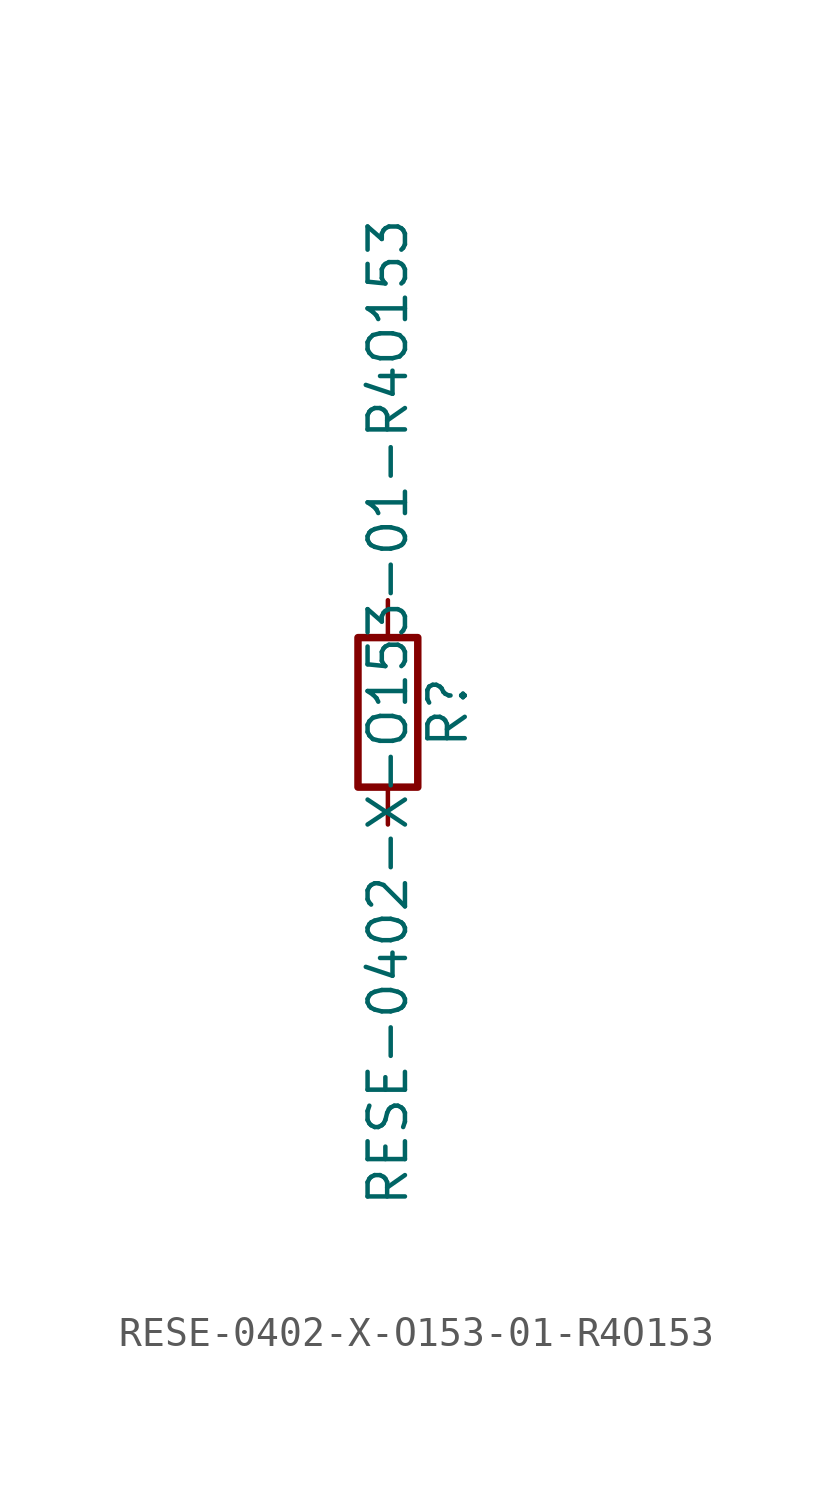
<source format=kicad_sym>
(kicad_symbol_lib
  (version 20211014)
  (generator kicad_symbol_editor)
  (symbol "RESE-0402-X-O153-01-R4O153"
    (pin_numbers hide)
    (pin_names
      (offset 0))
    (property "Reference" "R"
      (at 2.032 0 90)
      (effects (font (size 1.27 1.27))))
    (property "Value" "RESE-0402-X-O153-01-R4O153"
      (at 0 0 90)
      (effects (font (size 1.27 1.27))))
    (symbol "RESE-0402-X-O153-01-R4O153_0_1"
      (rectangle (start -1.016 -2.54) (end 1.016 2.54) (stroke (width 0.254) (type default) (color 0 0 0 0)) (fill (type none))))
    (symbol "RESE-0402-X-O153-01-R4O153_1_1"
      (pin passive line (at 0 3.81 270) (length 1.27) (name "~" (effects (font (size 1.27 1.27)))) (number "1" (effects (font (size 1.27 1.27)))))
      (pin passive line (at 0 -3.81 90) (length 1.27) (name "~" (effects (font (size 1.27 1.27)))) (number "2" (effects (font (size 1.27 1.27))))))))
</source>
